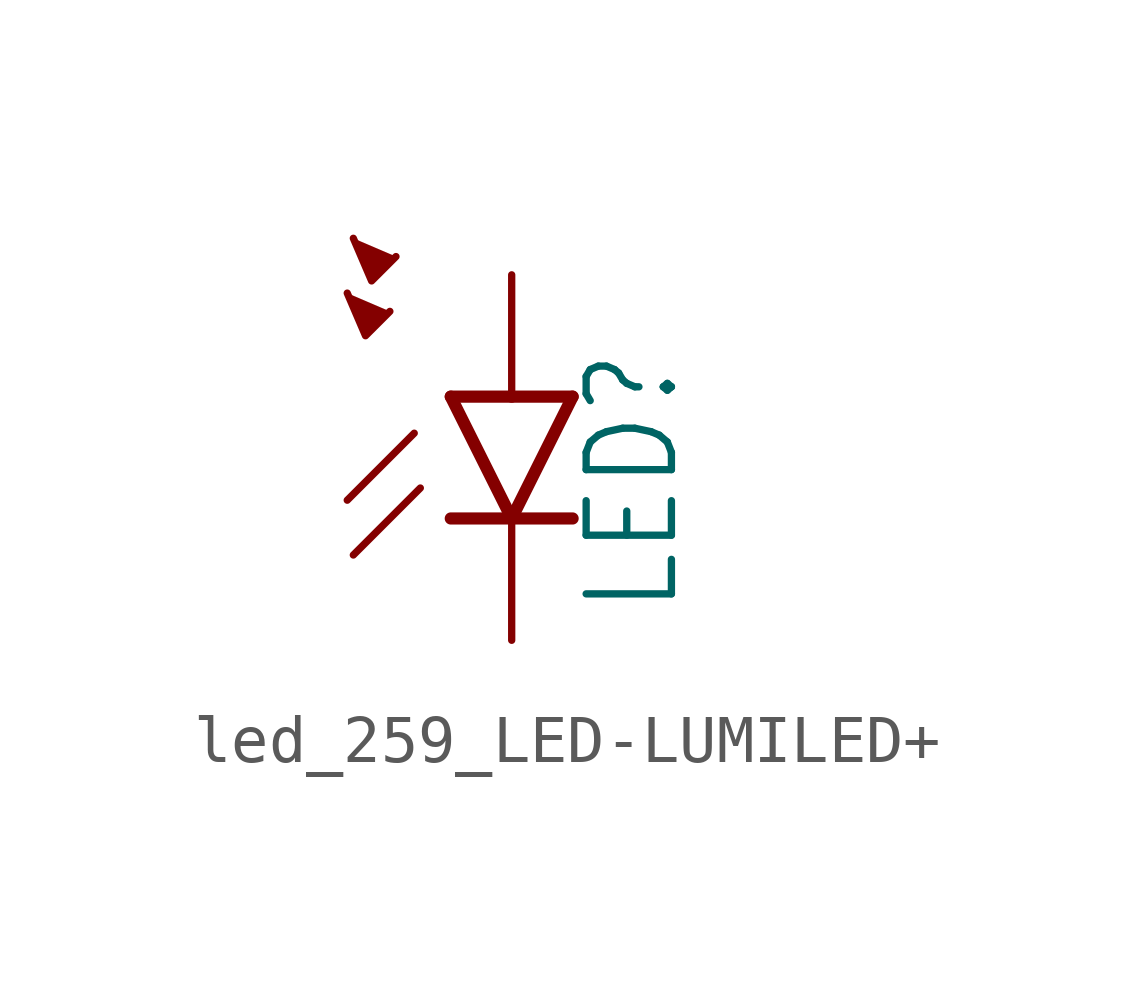
<source format=kicad_sym>
(kicad_symbol_lib
  (version 20241209)
  (generator "kicad_symbol_editor")
  (generator_version "9.0")
  (symbol "led_259_LED-LUMILED+"
    (property "Reference" "LED"
      (at 3.556 -4.572 90)
      (effects (font (size 1.778 1.511)) (justify left bottom)))
    (property "Value" ""
      (at 5.715 -4.572 90)
      (effects (font (size 1.778 1.511)) (justify left bottom)))
    (property "ki_locked" ""
      (at 0 0 0)
      (effects (font (size 1.27 1.27))))
    (symbol "led_259_LED-LUMILED+_1_0"
      (polyline (pts (xy -3.429 2.159) (xy -3.048 1.27) (xy -2.54 1.778)) (stroke (width 0.152) (type solid)) (fill (type outline)))
      (polyline (pts (xy -3.302 3.302) (xy -2.921 2.413) (xy -2.413 2.921)) (stroke (width 0.152) (type solid)) (fill (type outline)))
      (polyline (pts (xy -2.032 -0.762) (xy -3.429 -2.159)) (stroke (width 0.152) (type solid)) (fill (type none)))
      (polyline (pts (xy -1.905 -1.905) (xy -3.302 -3.302)) (stroke (width 0.152) (type solid)) (fill (type none)))
      (polyline (pts (xy 0 0) (xy -1.27 0)) (stroke (width 0.254) (type solid)) (fill (type none)))
      (polyline (pts (xy 0 -2.54) (xy -1.27 0)) (stroke (width 0.254) (type solid)) (fill (type none)))
      (polyline (pts (xy 0 -2.54) (xy -1.27 -2.54)) (stroke (width 0.254) (type solid)) (fill (type none)))
      (polyline (pts (xy 1.27 0) (xy 0 0)) (stroke (width 0.254) (type solid)) (fill (type none)))
      (polyline (pts (xy 1.27 0) (xy 0 -2.54)) (stroke (width 0.254) (type solid)) (fill (type none)))
      (polyline (pts (xy 1.27 -2.54) (xy 0 -2.54)) (stroke (width 0.254) (type solid)) (fill (type none)))
      (pin passive line (at 0 2.54 270) (length 2.54) (name "A" (effects (font (size 0 0)))) (number "2+" (effects (font (size 0 0)))))
      (pin passive line (at 0 -5.08 90) (length 2.54) (name "C" (effects (font (size 0 0)))) (number "4-" (effects (font (size 0 0))))))))
</source>
